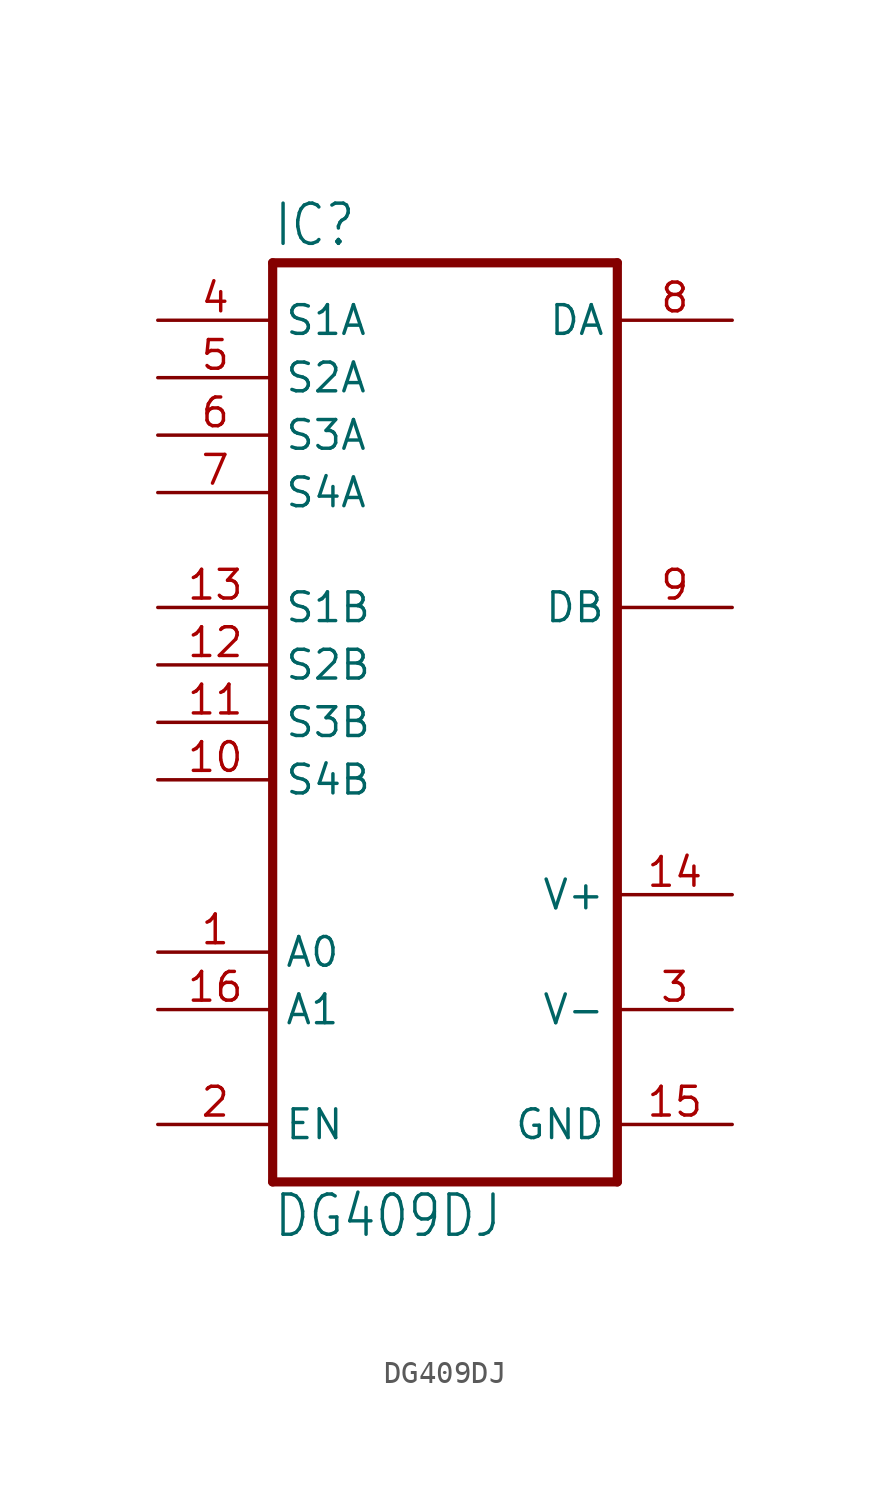
<source format=kicad_sym>
(kicad_symbol_lib
  (version 20211014)
  (generator kicad_symbol_editor)
  (symbol "DG409DJ"
    (property "Reference" "IC"
      (at -7.62 20.955 0)
      (effects (font (size 1.778 1.511)) (justify left bottom)))
    (property "Value" "DG409DJ"
      (at -7.62 -22.86 0)
      (effects (font (size 1.778 1.511)) (justify left bottom)))
    (property "ki_locked" ""
      (at 0 0 0)
      (effects (font (size 1.27 1.27))))
    (symbol "DG409DJ_1_0"
      (polyline (pts (xy -7.62 20.32) (xy -7.62 -20.32)) (stroke (width 0.406) (type default) (color 0 0 0 0)) (fill (type none)))
      (polyline (pts (xy -7.62 20.32) (xy 7.62 20.32)) (stroke (width 0.406) (type default) (color 0 0 0 0)) (fill (type none)))
      (polyline (pts (xy 7.62 -20.32) (xy -7.62 -20.32)) (stroke (width 0.406) (type default) (color 0 0 0 0)) (fill (type none)))
      (polyline (pts (xy 7.62 -20.32) (xy 7.62 20.32)) (stroke (width 0.406) (type default) (color 0 0 0 0)) (fill (type none)))
      (pin input line (at -12.7 -10.16 0) (length 5.08) (name "A0" (effects (font (size 1.27 1.27)))) (number "1" (effects (font (size 1.27 1.27)))))
      (pin passive line (at -12.7 -2.54 0) (length 5.08) (name "S4B" (effects (font (size 1.27 1.27)))) (number "10" (effects (font (size 1.27 1.27)))))
      (pin passive line (at -12.7 0 0) (length 5.08) (name "S3B" (effects (font (size 1.27 1.27)))) (number "11" (effects (font (size 1.27 1.27)))))
      (pin passive line (at -12.7 2.54 0) (length 5.08) (name "S2B" (effects (font (size 1.27 1.27)))) (number "12" (effects (font (size 1.27 1.27)))))
      (pin passive line (at -12.7 5.08 0) (length 5.08) (name "S1B" (effects (font (size 1.27 1.27)))) (number "13" (effects (font (size 1.27 1.27)))))
      (pin power_in line (at 12.7 -7.62 180) (length 5.08) (name "V+" (effects (font (size 1.27 1.27)))) (number "14" (effects (font (size 1.27 1.27)))))
      (pin power_in line (at 12.7 -17.78 180) (length 5.08) (name "GND" (effects (font (size 1.27 1.27)))) (number "15" (effects (font (size 1.27 1.27)))))
      (pin input line (at -12.7 -12.7 0) (length 5.08) (name "A1" (effects (font (size 1.27 1.27)))) (number "16" (effects (font (size 1.27 1.27)))))
      (pin input line (at -12.7 -17.78 0) (length 5.08) (name "EN" (effects (font (size 1.27 1.27)))) (number "2" (effects (font (size 1.27 1.27)))))
      (pin power_in line (at 12.7 -12.7 180) (length 5.08) (name "V-" (effects (font (size 1.27 1.27)))) (number "3" (effects (font (size 1.27 1.27)))))
      (pin passive line (at -12.7 17.78 0) (length 5.08) (name "S1A" (effects (font (size 1.27 1.27)))) (number "4" (effects (font (size 1.27 1.27)))))
      (pin passive line (at -12.7 15.24 0) (length 5.08) (name "S2A" (effects (font (size 1.27 1.27)))) (number "5" (effects (font (size 1.27 1.27)))))
      (pin passive line (at -12.7 12.7 0) (length 5.08) (name "S3A" (effects (font (size 1.27 1.27)))) (number "6" (effects (font (size 1.27 1.27)))))
      (pin passive line (at -12.7 10.16 0) (length 5.08) (name "S4A" (effects (font (size 1.27 1.27)))) (number "7" (effects (font (size 1.27 1.27)))))
      (pin passive line (at 12.7 17.78 180) (length 5.08) (name "DA" (effects (font (size 1.27 1.27)))) (number "8" (effects (font (size 1.27 1.27)))))
      (pin passive line (at 12.7 5.08 180) (length 5.08) (name "DB" (effects (font (size 1.27 1.27)))) (number "9" (effects (font (size 1.27 1.27))))))))
</source>
